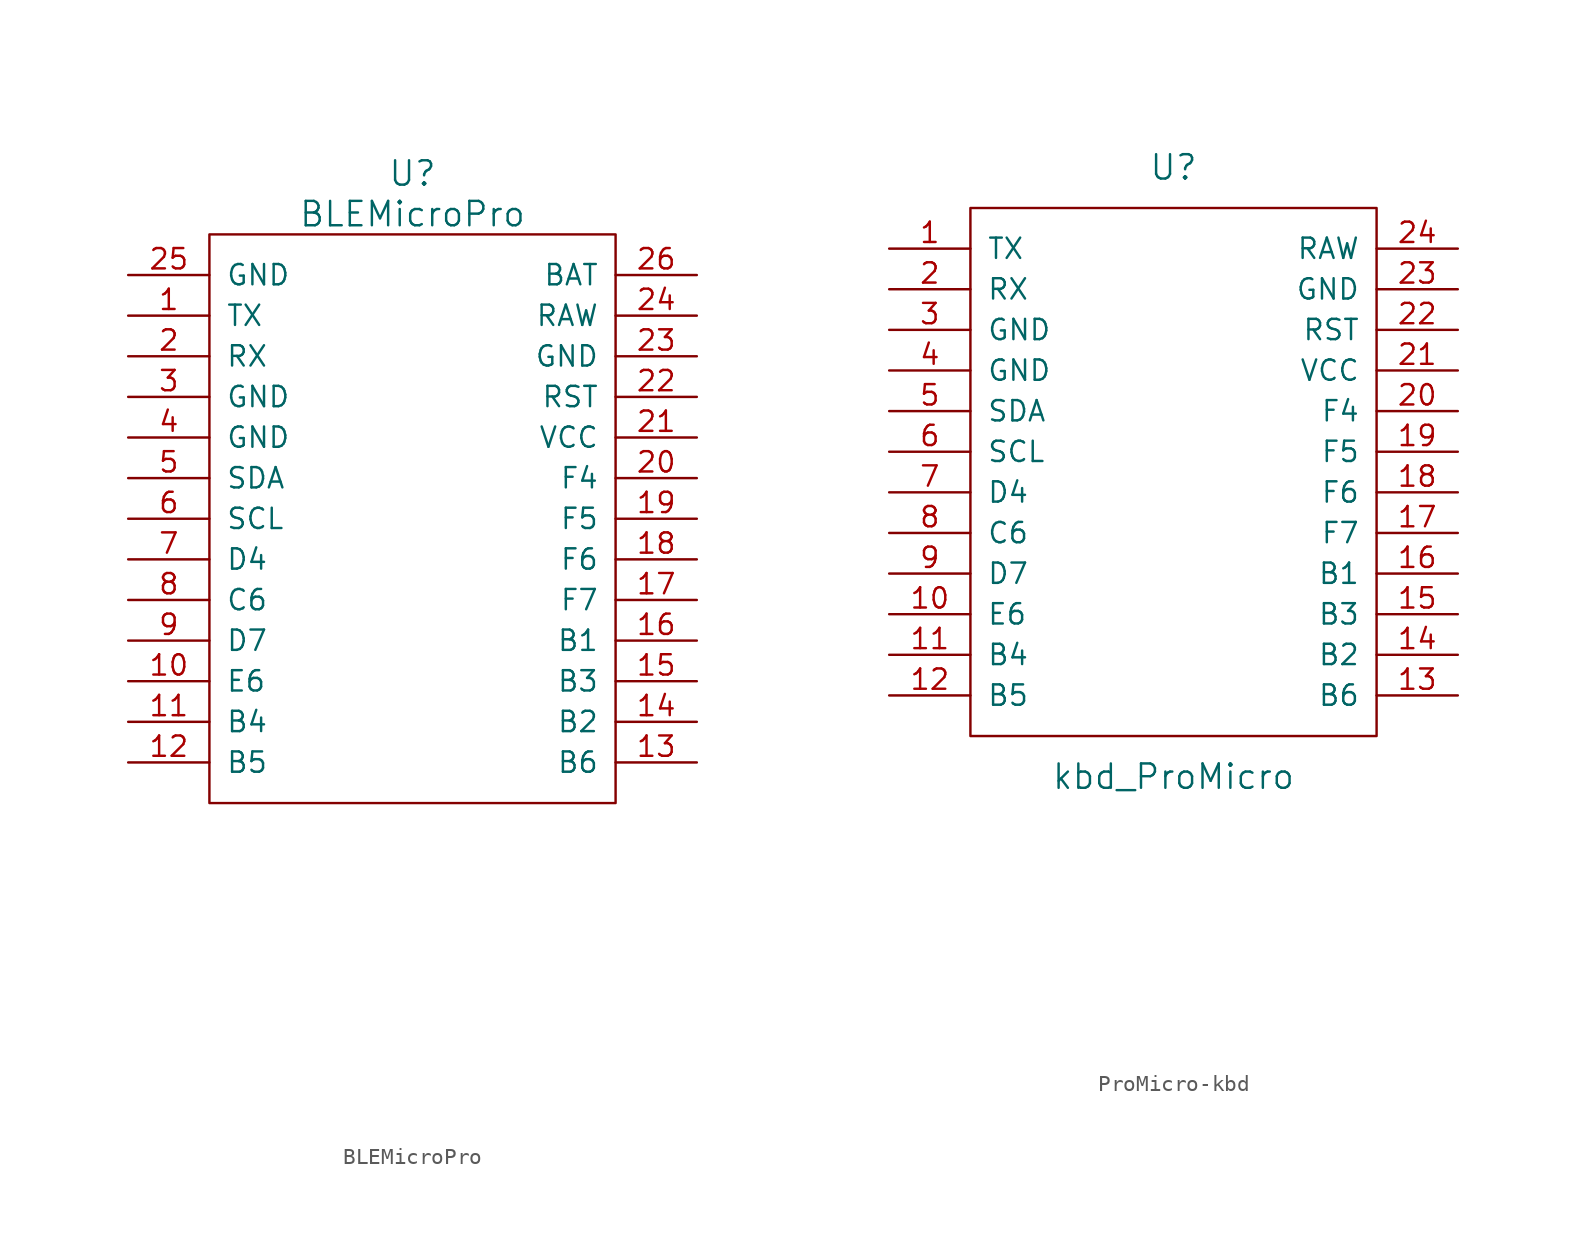
<source format=kicad_sym>
(kicad_symbol_lib
  (version 20231120)
  (generator "kicad_symbol_editor")
  (generator_version "8.0")
  (symbol "BLEMicroPro"
    (pin_names
      (offset 1.016))
    (property "Reference" "U"
      (at 0 27.94 0)
      (effects (font (size 1.524 1.524))))
    (property "Value" "BLEMicroPro"
      (at 0 25.4 0)
      (effects (font (size 1.524 1.524))))
    (property "Footprint" ""
      (at 2.54 -26.67 0)
      (effects (font (size 1.524 1.524))))
    (property "Datasheet" ""
      (at 2.54 -26.67 0)
      (effects (font (size 1.524 1.524))))
    (symbol "BLEMicroPro_0_1"
      (rectangle (start -12.7 24.13) (end 12.7 -11.43) (stroke (width 0) (type solid)) (fill (type none))))
    (symbol "BLEMicroPro_1_1"
      (pin bidirectional line (at -17.78 19.05 0) (length 5.08) (name "TX" (effects (font (size 1.27 1.27)))) (number "1" (effects (font (size 1.27 1.27)))))
      (pin bidirectional line (at -17.78 -3.81 0) (length 5.08) (name "E6" (effects (font (size 1.27 1.27)))) (number "10" (effects (font (size 1.27 1.27)))))
      (pin bidirectional line (at -17.78 -6.35 0) (length 5.08) (name "B4" (effects (font (size 1.27 1.27)))) (number "11" (effects (font (size 1.27 1.27)))))
      (pin bidirectional line (at -17.78 -8.89 0) (length 5.08) (name "B5" (effects (font (size 1.27 1.27)))) (number "12" (effects (font (size 1.27 1.27)))))
      (pin bidirectional line (at 17.78 -8.89 180) (length 5.08) (name "B6" (effects (font (size 1.27 1.27)))) (number "13" (effects (font (size 1.27 1.27)))))
      (pin bidirectional line (at 17.78 -6.35 180) (length 5.08) (name "B2" (effects (font (size 1.27 1.27)))) (number "14" (effects (font (size 1.27 1.27)))))
      (pin bidirectional line (at 17.78 -3.81 180) (length 5.08) (name "B3" (effects (font (size 1.27 1.27)))) (number "15" (effects (font (size 1.27 1.27)))))
      (pin bidirectional line (at 17.78 -1.27 180) (length 5.08) (name "B1" (effects (font (size 1.27 1.27)))) (number "16" (effects (font (size 1.27 1.27)))))
      (pin bidirectional line (at 17.78 1.27 180) (length 5.08) (name "F7" (effects (font (size 1.27 1.27)))) (number "17" (effects (font (size 1.27 1.27)))))
      (pin bidirectional line (at 17.78 3.81 180) (length 5.08) (name "F6" (effects (font (size 1.27 1.27)))) (number "18" (effects (font (size 1.27 1.27)))))
      (pin bidirectional line (at 17.78 6.35 180) (length 5.08) (name "F5" (effects (font (size 1.27 1.27)))) (number "19" (effects (font (size 1.27 1.27)))))
      (pin bidirectional line (at -17.78 16.51 0) (length 5.08) (name "RX" (effects (font (size 1.27 1.27)))) (number "2" (effects (font (size 1.27 1.27)))))
      (pin bidirectional line (at 17.78 8.89 180) (length 5.08) (name "F4" (effects (font (size 1.27 1.27)))) (number "20" (effects (font (size 1.27 1.27)))))
      (pin power_in line (at 17.78 11.43 180) (length 5.08) (name "VCC" (effects (font (size 1.27 1.27)))) (number "21" (effects (font (size 1.27 1.27)))))
      (pin input line (at 17.78 13.97 180) (length 5.08) (name "RST" (effects (font (size 1.27 1.27)))) (number "22" (effects (font (size 1.27 1.27)))))
      (pin power_in line (at 17.78 16.51 180) (length 5.08) (name "GND" (effects (font (size 1.27 1.27)))) (number "23" (effects (font (size 1.27 1.27)))))
      (pin power_out line (at 17.78 19.05 180) (length 5.08) (name "RAW" (effects (font (size 1.27 1.27)))) (number "24" (effects (font (size 1.27 1.27)))))
      (pin input line (at -17.78 21.59 0) (length 5.08) (name "GND" (effects (font (size 1.27 1.27)))) (number "25" (effects (font (size 1.27 1.27)))))
      (pin input line (at 17.78 21.59 180) (length 5.08) (name "BAT" (effects (font (size 1.27 1.27)))) (number "26" (effects (font (size 1.27 1.27)))))
      (pin power_in line (at -17.78 13.97 0) (length 5.08) (name "GND" (effects (font (size 1.27 1.27)))) (number "3" (effects (font (size 1.27 1.27)))))
      (pin power_in line (at -17.78 11.43 0) (length 5.08) (name "GND" (effects (font (size 1.27 1.27)))) (number "4" (effects (font (size 1.27 1.27)))))
      (pin bidirectional line (at -17.78 8.89 0) (length 5.08) (name "SDA" (effects (font (size 1.27 1.27)))) (number "5" (effects (font (size 1.27 1.27)))))
      (pin bidirectional line (at -17.78 6.35 0) (length 5.08) (name "SCL" (effects (font (size 1.27 1.27)))) (number "6" (effects (font (size 1.27 1.27)))))
      (pin bidirectional line (at -17.78 3.81 0) (length 5.08) (name "D4" (effects (font (size 1.27 1.27)))) (number "7" (effects (font (size 1.27 1.27)))))
      (pin bidirectional line (at -17.78 1.27 0) (length 5.08) (name "C6" (effects (font (size 1.27 1.27)))) (number "8" (effects (font (size 1.27 1.27)))))
      (pin bidirectional line (at -17.78 -1.27 0) (length 5.08) (name "D7" (effects (font (size 1.27 1.27)))) (number "9" (effects (font (size 1.27 1.27)))))))
  (symbol "ProMicro-kbd"
    (pin_names
      (offset 1.016))
    (property "Reference" "U"
      (at 0 24.13 0)
      (effects (font (size 1.524 1.524))))
    (property "Value" "kbd_ProMicro"
      (at 0 -13.97 0)
      (effects (font (size 1.524 1.524))))
    (property "Footprint" ""
      (at 2.54 -26.67 0)
      (effects (font (size 1.524 1.524))))
    (property "Datasheet" ""
      (at 2.54 -26.67 0)
      (effects (font (size 1.524 1.524))))
    (symbol "ProMicro-kbd_0_1"
      (rectangle (start -12.7 21.59) (end 12.7 -11.43) (stroke (width 0) (type solid)) (fill (type none))))
    (symbol "ProMicro-kbd_1_1"
      (pin bidirectional line (at -17.78 19.05 0) (length 5.08) (name "TX" (effects (font (size 1.27 1.27)))) (number "1" (effects (font (size 1.27 1.27)))))
      (pin bidirectional line (at -17.78 -3.81 0) (length 5.08) (name "E6" (effects (font (size 1.27 1.27)))) (number "10" (effects (font (size 1.27 1.27)))))
      (pin bidirectional line (at -17.78 -6.35 0) (length 5.08) (name "B4" (effects (font (size 1.27 1.27)))) (number "11" (effects (font (size 1.27 1.27)))))
      (pin bidirectional line (at -17.78 -8.89 0) (length 5.08) (name "B5" (effects (font (size 1.27 1.27)))) (number "12" (effects (font (size 1.27 1.27)))))
      (pin bidirectional line (at 17.78 -8.89 180) (length 5.08) (name "B6" (effects (font (size 1.27 1.27)))) (number "13" (effects (font (size 1.27 1.27)))))
      (pin bidirectional line (at 17.78 -6.35 180) (length 5.08) (name "B2" (effects (font (size 1.27 1.27)))) (number "14" (effects (font (size 1.27 1.27)))))
      (pin bidirectional line (at 17.78 -3.81 180) (length 5.08) (name "B3" (effects (font (size 1.27 1.27)))) (number "15" (effects (font (size 1.27 1.27)))))
      (pin bidirectional line (at 17.78 -1.27 180) (length 5.08) (name "B1" (effects (font (size 1.27 1.27)))) (number "16" (effects (font (size 1.27 1.27)))))
      (pin bidirectional line (at 17.78 1.27 180) (length 5.08) (name "F7" (effects (font (size 1.27 1.27)))) (number "17" (effects (font (size 1.27 1.27)))))
      (pin bidirectional line (at 17.78 3.81 180) (length 5.08) (name "F6" (effects (font (size 1.27 1.27)))) (number "18" (effects (font (size 1.27 1.27)))))
      (pin bidirectional line (at 17.78 6.35 180) (length 5.08) (name "F5" (effects (font (size 1.27 1.27)))) (number "19" (effects (font (size 1.27 1.27)))))
      (pin bidirectional line (at -17.78 16.51 0) (length 5.08) (name "RX" (effects (font (size 1.27 1.27)))) (number "2" (effects (font (size 1.27 1.27)))))
      (pin bidirectional line (at 17.78 8.89 180) (length 5.08) (name "F4" (effects (font (size 1.27 1.27)))) (number "20" (effects (font (size 1.27 1.27)))))
      (pin power_in line (at 17.78 11.43 180) (length 5.08) (name "VCC" (effects (font (size 1.27 1.27)))) (number "21" (effects (font (size 1.27 1.27)))))
      (pin input line (at 17.78 13.97 180) (length 5.08) (name "RST" (effects (font (size 1.27 1.27)))) (number "22" (effects (font (size 1.27 1.27)))))
      (pin power_in line (at 17.78 16.51 180) (length 5.08) (name "GND" (effects (font (size 1.27 1.27)))) (number "23" (effects (font (size 1.27 1.27)))))
      (pin power_out line (at 17.78 19.05 180) (length 5.08) (name "RAW" (effects (font (size 1.27 1.27)))) (number "24" (effects (font (size 1.27 1.27)))))
      (pin power_in line (at -17.78 13.97 0) (length 5.08) (name "GND" (effects (font (size 1.27 1.27)))) (number "3" (effects (font (size 1.27 1.27)))))
      (pin power_in line (at -17.78 11.43 0) (length 5.08) (name "GND" (effects (font (size 1.27 1.27)))) (number "4" (effects (font (size 1.27 1.27)))))
      (pin bidirectional line (at -17.78 8.89 0) (length 5.08) (name "SDA" (effects (font (size 1.27 1.27)))) (number "5" (effects (font (size 1.27 1.27)))))
      (pin bidirectional line (at -17.78 6.35 0) (length 5.08) (name "SCL" (effects (font (size 1.27 1.27)))) (number "6" (effects (font (size 1.27 1.27)))))
      (pin bidirectional line (at -17.78 3.81 0) (length 5.08) (name "D4" (effects (font (size 1.27 1.27)))) (number "7" (effects (font (size 1.27 1.27)))))
      (pin bidirectional line (at -17.78 1.27 0) (length 5.08) (name "C6" (effects (font (size 1.27 1.27)))) (number "8" (effects (font (size 1.27 1.27)))))
      (pin bidirectional line (at -17.78 -1.27 0) (length 5.08) (name "D7" (effects (font (size 1.27 1.27)))) (number "9" (effects (font (size 1.27 1.27))))))))
</source>
